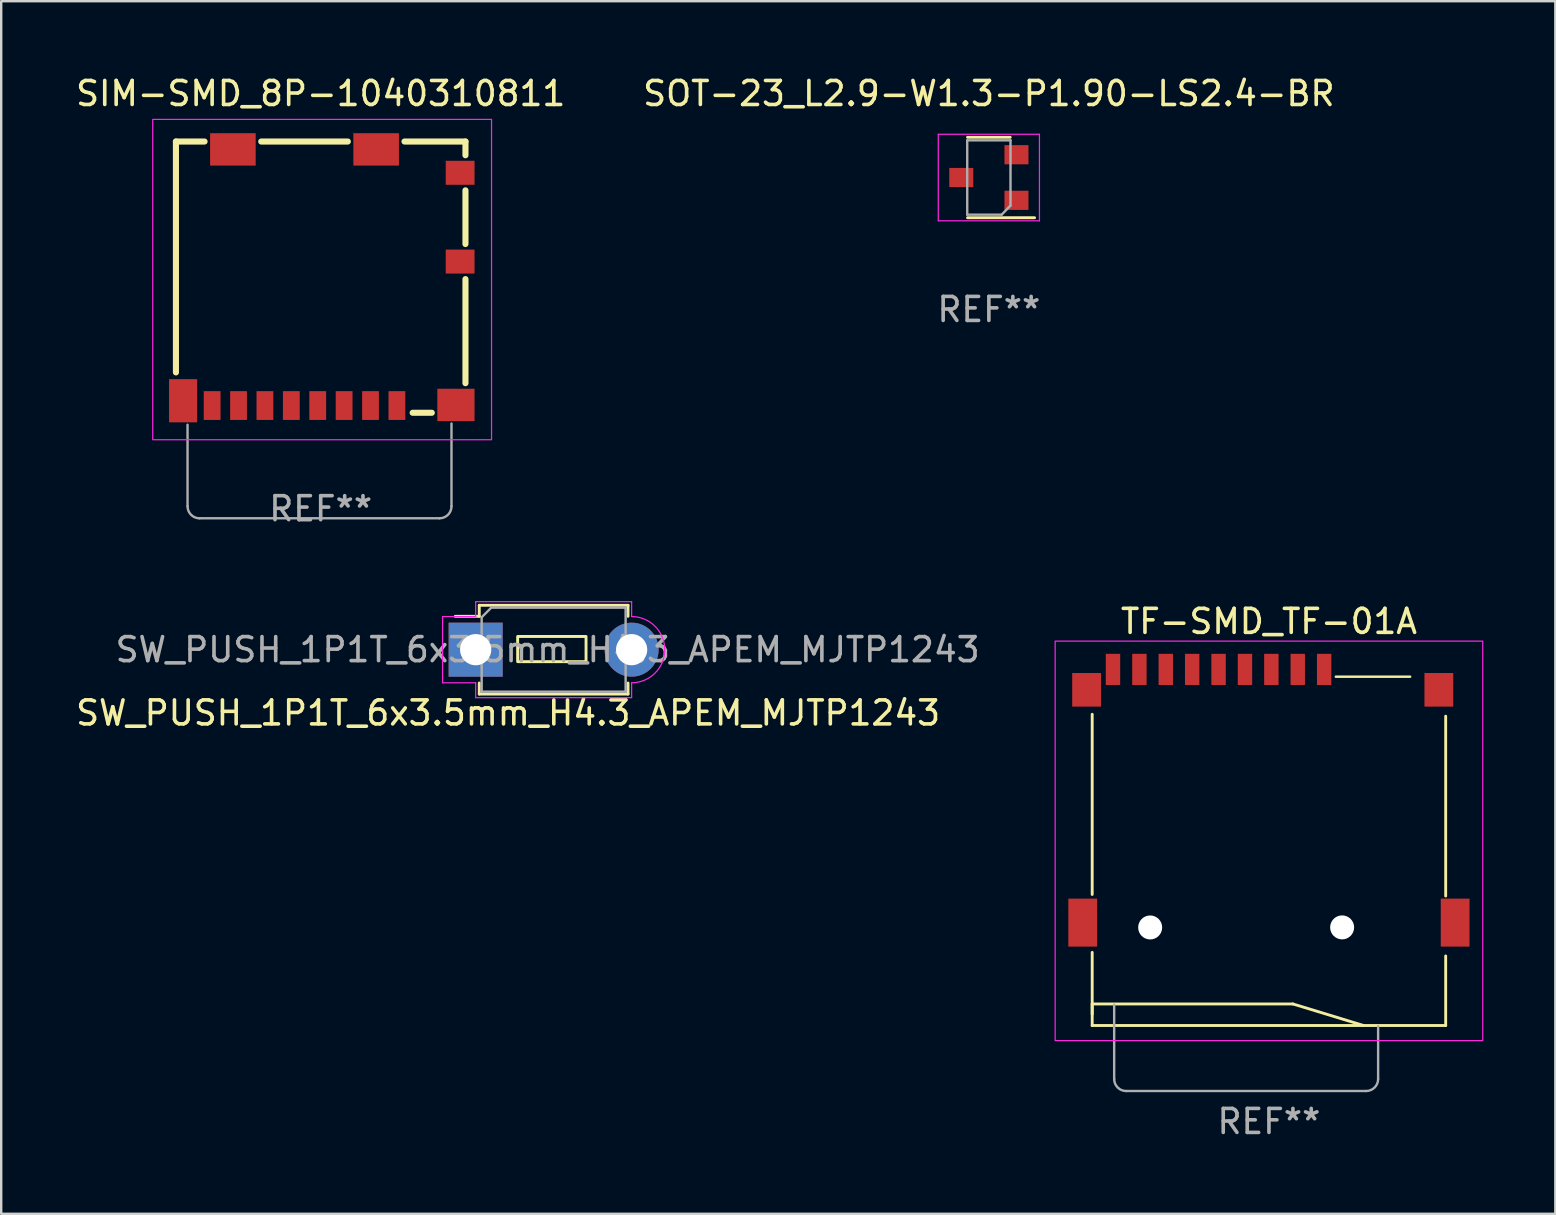
<source format=kicad_pcb>
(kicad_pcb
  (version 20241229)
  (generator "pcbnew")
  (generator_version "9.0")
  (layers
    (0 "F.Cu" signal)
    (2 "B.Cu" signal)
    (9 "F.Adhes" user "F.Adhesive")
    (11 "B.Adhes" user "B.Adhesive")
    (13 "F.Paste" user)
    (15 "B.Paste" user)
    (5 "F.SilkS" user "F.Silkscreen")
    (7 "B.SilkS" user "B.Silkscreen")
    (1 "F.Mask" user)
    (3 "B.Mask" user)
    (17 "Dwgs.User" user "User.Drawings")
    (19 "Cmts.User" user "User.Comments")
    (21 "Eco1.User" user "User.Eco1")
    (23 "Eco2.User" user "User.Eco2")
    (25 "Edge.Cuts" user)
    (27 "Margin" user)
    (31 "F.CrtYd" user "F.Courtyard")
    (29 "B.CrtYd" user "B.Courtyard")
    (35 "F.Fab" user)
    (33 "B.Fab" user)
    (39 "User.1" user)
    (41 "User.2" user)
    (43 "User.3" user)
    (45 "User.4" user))
  (footprint "SOT-23_L2.9-W1.3-P1.90-LS2.4-BR"
    (layer "F.Cu")
    (at 38.161 4.348)
    (property "Reference" "SOT-23_L2.9-W1.3-P1.90-LS2.4-BR" (at 0 -3.5 0) (layer "F.SilkS") (effects (font (size 1 1) (thickness 0.15))))
    (attr smd)
    (fp_line (start -0.889 1.676) (end 1.905 1.676) (stroke (width 0.12) (type solid)) (layer "F.SilkS"))
    (fp_line (start 0.889 -1.676) (end -0.889 -1.676) (stroke (width 0.12) (type solid)) (layer "F.SilkS"))
    (fp_line (start -2.108 -1.803) (end 2.108 -1.803) (stroke (width 0.05) (type solid)) (layer "F.CrtYd"))
    (fp_line (start -2.108 1.803) (end -2.108 -1.803) (stroke (width 0.05) (type solid)) (layer "F.CrtYd"))
    (fp_line (start 2.108 -1.803) (end 2.108 1.803) (stroke (width 0.05) (type solid)) (layer "F.CrtYd"))
    (fp_line (start 2.108 1.803) (end -2.108 1.803) (stroke (width 0.05) (type solid)) (layer "F.CrtYd"))
    (fp_line (start -0.902 -1.549) (end -0.902 1.549) (stroke (width 0.1) (type solid)) (layer "F.Fab"))
    (fp_line (start -0.902 1.549) (end 0.533 1.549) (stroke (width 0.1) (type solid)) (layer "F.Fab"))
    (fp_line (start 0.902 -1.549) (end -0.902 -1.549) (stroke (width 0.1) (type solid)) (layer "F.Fab"))
    (fp_line (start 0.902 1.168) (end 0.533 1.549) (stroke (width 0.1) (type solid)) (layer "F.Fab"))
    (fp_line (start 0.902 1.168) (end 0.902 -1.549) (stroke (width 0.1) (type solid)) (layer "F.Fab"))
    (fp_text user "REF**" (at 0 5.5 0) (layer "F.Fab") (effects (font (size 1 1) (thickness 0.15))))
    (pad "1" smd rect (at 1.15 0.95 180) (size 1 0.8) (layers "F.Cu" "F.Mask" "F.Paste"))
    (pad "2" smd rect (at 1.15 -0.95 180) (size 1 0.8) (layers "F.Cu" "F.Mask" "F.Paste"))
    (pad "3" smd rect (at -1.15 -0.000051 180) (size 1 0.8) (layers "F.Cu" "F.Mask" "F.Paste")))
  (footprint "SIM-SMD_8P-1040310811"
    (layer "F.Cu")
    (at 10.315 8.5)
    (property "Reference" "SIM-SMD_8P-1040310811" (at 0 -7.652 0) (layer "F.SilkS") (effects (font (size 1 1) (thickness 0.15))))
    (attr smd)
    (fp_line (start -6.033 -5.652) (end -4.84 -5.652) (stroke (width 0.254) (type solid)) (layer "F.SilkS"))
    (fp_line (start -6.033 3.97) (end -6.033 -5.652) (stroke (width 0.254) (type solid)) (layer "F.SilkS"))
    (fp_line (start -2.478 -5.652) (end 1.13 -5.652) (stroke (width 0.254) (type solid)) (layer "F.SilkS"))
    (fp_line (start 3.492 -5.652) (end 6.033 -5.652) (stroke (width 0.254) (type solid)) (layer "F.SilkS"))
    (fp_line (start 3.832 5.652) (end 4.63 5.652) (stroke (width 0.254) (type solid)) (layer "F.SilkS"))
    (fp_line (start 6.033 -5.652) (end 6.033 -5.08) (stroke (width 0.254) (type solid)) (layer "F.SilkS"))
    (fp_line (start 6.033 -3.618) (end 6.033 -1.38) (stroke (width 0.254) (type solid)) (layer "F.SilkS"))
    (fp_line (start 6.033 0.082) (end 6.033 4.42) (stroke (width 0.254) (type solid)) (layer "F.SilkS"))
    (fp_rect (start -7 -6.575) (end 7.12 6.775) (stroke (width 0.05) (type solid)) (fill no) (layer "F.CrtYd"))
    (fp_line (start -5.549 6.15) (end -5.549 9.55) (stroke (width 0.1) (type solid)) (layer "F.Fab"))
    (fp_line (start -5.049 10.05) (end 4.951 10.05) (stroke (width 0.1) (type solid)) (layer "F.Fab"))
    (fp_line (start 5.451 9.55) (end 5.451 6.1) (stroke (width 0.1) (type solid)) (layer "F.Fab"))
    (fp_arc (start -5.049022 10.05) (mid -5.402575 9.903553) (end -5.549022 9.55) (stroke (width 0.1) (type solid)) (layer "F.Fab"))
    (fp_arc (start 5.450978 9.55) (mid 5.30453 9.903546) (end 4.950978 10.05) (stroke (width 0.1) (type solid)) (layer "F.Fab"))
    (fp_text user "REF**" (at 0 9.652 0) (layer "F.Fab") (effects (font (size 1 1) (thickness 0.15))))
    (pad "1" smd rect (at 3.176 5.351) (size 0.7 1.2) (layers "F.Cu" "F.Mask" "F.Paste"))
    (pad "2" smd rect (at 2.076 5.351) (size 0.7 1.2) (layers "F.Cu" "F.Mask" "F.Paste"))
    (pad "3" smd rect (at 0.976 5.351) (size 0.7 1.2) (layers "F.Cu" "F.Mask" "F.Paste"))
    (pad "4" smd rect (at -0.124 5.351) (size 0.7 1.2) (layers "F.Cu" "F.Mask" "F.Paste"))
    (pad "5" smd rect (at -1.224 5.351) (size 0.7 1.2) (layers "F.Cu" "F.Mask" "F.Paste"))
    (pad "6" smd rect (at -2.324 5.351) (size 0.7 1.2) (layers "F.Cu" "F.Mask" "F.Paste"))
    (pad "7" smd rect (at -3.424 5.351) (size 0.7 1.2) (layers "F.Cu" "F.Mask" "F.Paste"))
    (pad "8" smd rect (at -4.524 5.351) (size 0.7 1.2) (layers "F.Cu" "F.Mask" "F.Paste"))
    (pad "9" smd rect (at -5.734 5.151) (size 1.17 1.8) (layers "F.Cu" "F.Mask" "F.Paste"))
    (pad "10" smd rect (at 5.636 5.326) (size 1.55 1.35) (layers "F.Cu" "F.Mask" "F.Paste"))
    (pad "11" smd rect (at 5.811 -0.649) (size 1.2 1) (layers "F.Cu" "F.Mask" "F.Paste"))
    (pad "12" smd rect (at 5.811 -4.349) (size 1.2 1) (layers "F.Cu" "F.Mask" "F.Paste"))
    (pad "13" smd rect (at 2.311 -5.324) (size 1.9 1.35) (layers "F.Cu" "F.Mask" "F.Paste"))
    (pad "14" smd rect (at -3.659 -5.324) (size 1.9 1.35) (layers "F.Cu" "F.Mask" "F.Paste")))
  (footprint "TF-SMD_TF-01A"
    (layer "F.Cu")
    (at 49.833 32.268)
    (property "Reference" "TF-SMD_TF-01A" (at 0 -9.42 0) (layer "F.SilkS") (effects (font (size 1 1) (thickness 0.15))))
    (attr smd)
    (fp_line (start -7.366 -5.55) (end -7.366 1.959) (stroke (width 0.12) (type solid)) (layer "F.SilkS"))
    (fp_line (start -7.366 4.372) (end -7.366 7.42) (stroke (width 0.12) (type solid)) (layer "F.SilkS"))
    (fp_line (start -7.366 6.523) (end 1 6.522) (stroke (width 0.12) (type solid)) (layer "F.SilkS"))
    (fp_line (start -7.366 6.947) (end -7.366 6.523) (stroke (width 0.12) (type solid)) (layer "F.SilkS"))
    (fp_line (start -7.366 7.42) (end 7.366 7.42) (stroke (width 0.12) (type solid)) (layer "F.SilkS"))
    (fp_line (start 1 6.522) (end 3.937 7.419) (stroke (width 0.12) (type solid)) (layer "F.SilkS"))
    (fp_line (start 2.786 -7.116) (end 5.885 -7.117) (stroke (width 0.102) (type solid)) (layer "F.SilkS"))
    (fp_line (start 7.366 2.023) (end 7.366 -5.47) (stroke (width 0.12) (type solid)) (layer "F.SilkS"))
    (fp_line (start 7.366 7.42) (end 7.366 4.522) (stroke (width 0.12) (type solid)) (layer "F.SilkS"))
    (fp_rect (start -8.91 -8.6) (end 8.91 8.05) (stroke (width 0.05) (type solid)) (fill no) (layer "F.CrtYd"))
    (fp_line (start -6.45 6.55) (end -6.45 9.65) (stroke (width 0.1) (type solid)) (layer "F.Fab"))
    (fp_line (start -5.95 10.15) (end 4.05 10.15) (stroke (width 0.1) (type solid)) (layer "F.Fab"))
    (fp_line (start 4.55 9.65) (end 4.55 7.45) (stroke (width 0.1) (type solid)) (layer "F.Fab"))
    (fp_arc (start -5.95 10.15) (mid -6.303553 10.003553) (end -6.45 9.65) (stroke (width 0.1) (type solid)) (layer "F.Fab"))
    (fp_arc (start 4.55 9.65) (mid 4.403553 10.003553) (end 4.05 10.15) (stroke (width 0.1) (type solid)) (layer "F.Fab"))
    (fp_circle (center -4.95 3.334) (end -4.75 3.334) (stroke (width 0.4) (type solid)) (fill no) (layer "F.Fab"))
    (fp_circle (center 3.05 3.331) (end 3.25 3.331) (stroke (width 0.4) (type solid)) (fill no) (layer "F.Fab"))
    (fp_text user "REF**" (at 0 11.42 0) (layer "F.Fab") (effects (font (size 1 1) (thickness 0.15))))
    (pad "" np_thru_hole circle (at -4.95 3.334) (size 1 1) (drill 1) (layers "*.Cu" "*.Mask"))
    (pad "" np_thru_hole circle (at 3.05 3.331) (size 1 1) (drill 1) (layers "*.Cu" "*.Mask"))
    (pad "1" smd rect (at 2.301 -7.42) (size 0.6 1.3) (layers "F.Cu" "F.Mask" "F.Paste"))
    (pad "2" smd rect (at 1.201 -7.42) (size 0.6 1.3) (layers "F.Cu" "F.Mask" "F.Paste"))
    (pad "3" smd rect (at 0.101 -7.42) (size 0.6 1.3) (layers "F.Cu" "F.Mask" "F.Paste"))
    (pad "4" smd rect (at -0.999 -7.42) (size 0.6 1.3) (layers "F.Cu" "F.Mask" "F.Paste"))
    (pad "5" smd rect (at -2.099 -7.42) (size 0.6 1.3) (layers "F.Cu" "F.Mask" "F.Paste"))
    (pad "6" smd rect (at -3.199 -7.42) (size 0.6 1.3) (layers "F.Cu" "F.Mask" "F.Paste"))
    (pad "7" smd rect (at -4.299 -7.42) (size 0.6 1.3) (layers "F.Cu" "F.Mask" "F.Paste"))
    (pad "8" smd rect (at -5.399 -7.42) (size 0.6 1.3) (layers "F.Cu" "F.Mask" "F.Paste"))
    (pad "9" smd rect (at -6.499 -7.42) (size 0.6 1.3) (layers "F.Cu" "F.Mask" "F.Paste"))
    (pad "10" smd rect (at -7.599 -6.57) (size 1.2 1.4) (layers "F.Cu" "F.Mask" "F.Paste"))
    (pad "11" smd rect (at -7.76 3.132) (size 1.2 2) (layers "F.Cu" "F.Mask" "F.Paste"))
    (pad "12" smd rect (at 7.76 3.132) (size 1.2 2) (layers "F.Cu" "F.Mask" "F.Paste"))
    (pad "13" smd rect (at 7.081 -6.57) (size 1.2 1.4) (layers "F.Cu" "F.Mask" "F.Paste")))
  (footprint "SW_PUSH_1P1T_6x3.5mm_H4.3_APEM_MJTP1243"
    (layer "F.Cu")
    (at 16.773 24.025)
    (property "Reference" "SW_PUSH_1P1T_6x3.5mm_H4.3_APEM_MJTP1243" (at 1.352 2.638 0) (layer "F.SilkS") (effects (font (size 1 1) (thickness 0.15))))
    (attr through_hole)
    (fp_line (start 0.15 -1.85) (end 0.15 -1.39) (stroke (width 0.12) (type default)) (layer "F.SilkS"))
    (fp_line (start 0.15 -1.39) (end -0.85 -1.39) (stroke (width 0.12) (type default)) (layer "F.SilkS"))
    (fp_line (start 0.15 1.39) (end 0.15 1.85) (stroke (width 0.12) (type solid)) (layer "F.SilkS"))
    (fp_line (start 0.15 1.85) (end 6.35 1.85) (stroke (width 0.12) (type solid)) (layer "F.SilkS"))
    (fp_line (start 6.35 -1.85) (end 0.15 -1.85) (stroke (width 0.12) (type solid)) (layer "F.SilkS"))
    (fp_line (start 6.35 -1.85) (end 6.35 -1.39) (stroke (width 0.12) (type solid)) (layer "F.SilkS"))
    (fp_line (start 6.35 1.39) (end 6.35 1.85) (stroke (width 0.12) (type solid)) (layer "F.SilkS"))
    (fp_rect (start 1.75 -0.55) (end 4.6 0.5) (stroke (width 0.12) (type default)) (fill no) (layer "F.SilkS"))
    (fp_line (start -1.38 -1.38) (end 0 -1.38) (stroke (width 0.05) (type default)) (layer "F.CrtYd"))
    (fp_line (start -1.38 1.38) (end -1.38 -1.38) (stroke (width 0.05) (type solid)) (layer "F.CrtYd"))
    (fp_line (start -1.38 1.38) (end 0 1.38) (stroke (width 0.05) (type default)) (layer "F.CrtYd"))
    (fp_line (start 0 -2) (end 0 -1.38) (stroke (width 0.05) (type default)) (layer "F.CrtYd"))
    (fp_line (start 0 -2) (end 6.5 -2) (stroke (width 0.05) (type solid)) (layer "F.CrtYd"))
    (fp_line (start 0 1.38) (end 0 2) (stroke (width 0.05) (type default)) (layer "F.CrtYd"))
    (fp_line (start 6.5 -2) (end 6.5 -1.38) (stroke (width 0.05) (type default)) (layer "F.CrtYd"))
    (fp_line (start 6.5 1.38) (end 6.5 2) (stroke (width 0.05) (type default)) (layer "F.CrtYd"))
    (fp_line (start 6.5 2) (end 0 2) (stroke (width 0.05) (type solid)) (layer "F.CrtYd"))
    (fp_arc (start 6.5 -1.38) (mid 7.88 0) (end 6.5 1.38) (stroke (width 0.05) (type default)) (layer "F.CrtYd"))
    (fp_line (start 0.25 1.75) (end 0.25 -1.35) (stroke (width 0.1) (type solid)) (layer "F.Fab"))
    (fp_line (start 0.65 -1.75) (end 0.25 -1.35) (stroke (width 0.1) (type default)) (layer "F.Fab"))
    (fp_line (start 0.65 -1.75) (end 6.25 -1.75) (stroke (width 0.1) (type solid)) (layer "F.Fab"))
    (fp_line (start 6.25 -1.75) (end 6.25 1.75) (stroke (width 0.1) (type solid)) (layer "F.Fab"))
    (fp_line (start 6.25 1.75) (end 0.25 1.75) (stroke (width 0.1) (type solid)) (layer "F.Fab"))
    (fp_text user "${REFERENCE}" (at 3 0 0) (layer "F.Fab") (effects (font (size 1 1) (thickness 0.15))))
    (pad "1" thru_hole rect (at 0 0 90) (size 2.25 2.25) (drill 1.3) (layers "*.Cu" "*.Mask"))
    (pad "2" thru_hole circle (at 6.5 0 90) (size 2.25 2.25) (drill 1.3) (layers "*.Cu" "*.Mask")))
  (gr_rect
    (start -3 -3)
    (end 61.768 47.536)
    (stroke (width 0.1) (type default))
    (fill no)
    (layer "Edge.Cuts")))
</source>
